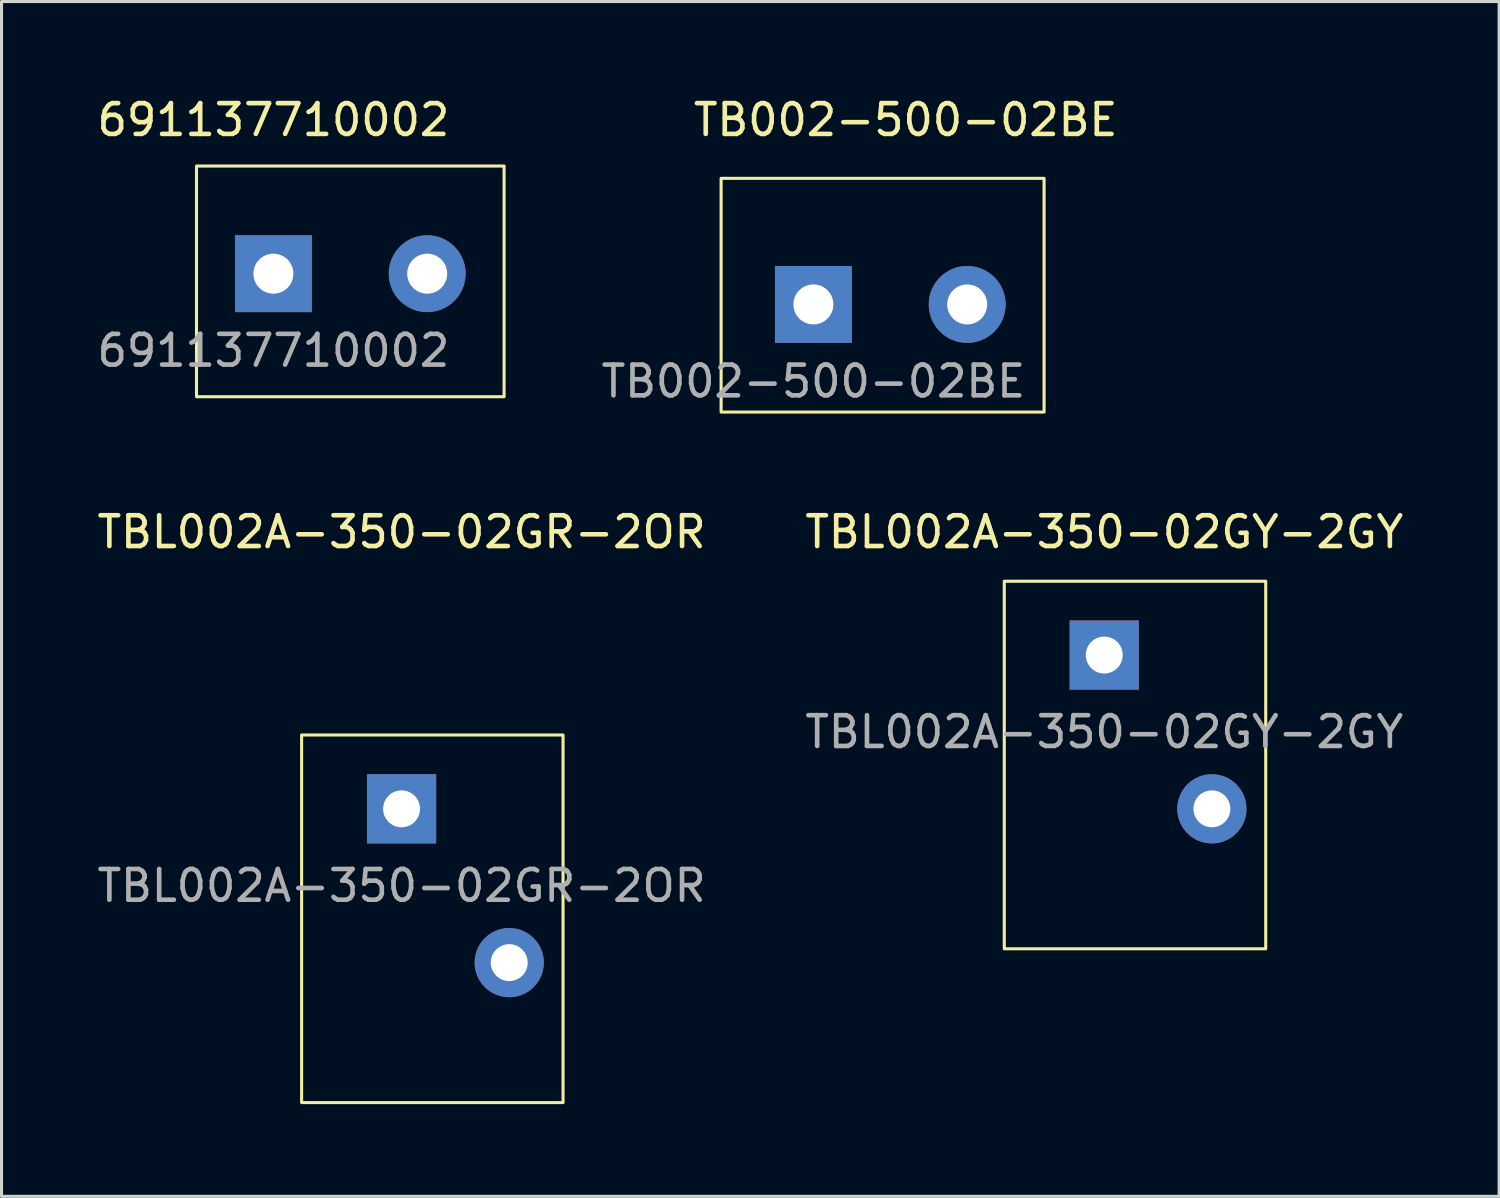
<source format=kicad_pcb>
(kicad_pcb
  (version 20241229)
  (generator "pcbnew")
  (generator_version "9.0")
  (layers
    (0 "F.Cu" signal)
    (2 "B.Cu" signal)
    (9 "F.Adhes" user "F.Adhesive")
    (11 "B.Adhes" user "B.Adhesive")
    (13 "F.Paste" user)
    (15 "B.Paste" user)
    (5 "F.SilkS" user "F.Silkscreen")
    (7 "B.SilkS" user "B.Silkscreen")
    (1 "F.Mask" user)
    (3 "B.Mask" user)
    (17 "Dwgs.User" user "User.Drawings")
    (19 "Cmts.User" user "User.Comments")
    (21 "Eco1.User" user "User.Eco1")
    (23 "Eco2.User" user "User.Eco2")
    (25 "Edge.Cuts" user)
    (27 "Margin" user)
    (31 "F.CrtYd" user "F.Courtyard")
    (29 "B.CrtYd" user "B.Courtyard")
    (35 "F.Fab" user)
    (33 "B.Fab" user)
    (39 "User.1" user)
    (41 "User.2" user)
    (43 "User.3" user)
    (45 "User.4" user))
  (footprint "TBL002A-350-02GR-2OR"
    (layer "F.Cu")
    (at 10.006 23.247)
    (property "Reference" "TBL002A-350-02GR-2OR" (at 0 -9 0) (unlocked yes) (layer "F.SilkS") (effects (font (size 1 1) (thickness 0.15))))
    (attr through_hole)
    (fp_rect (start -3.25 -2.4) (end 5.25 9.55) (stroke (width 0.1) (type default)) (fill no) (layer "F.SilkS"))
    (fp_text user "${REFERENCE}" (at 0 2.5 0) (unlocked yes) (layer "F.Fab") (effects (font (size 1 1) (thickness 0.15))))
    (pad "1" thru_hole rect (at 0 0) (size 2.25 2.25) (drill 1.2) (layers "*.Cu" "*.Mask"))
    (pad "2" thru_hole circle (at 3.5 5) (size 2.25 2.25) (drill 1.2) (layers "*.Cu" "*.Mask")))
  (footprint "691137710002"
    (layer "F.Cu")
    (at 5.839 5.848)
    (property "Reference" "691137710002" (at 0 -5 0) (unlocked yes) (layer "F.SilkS") (effects (font (size 1 1) (thickness 0.15))))
    (attr through_hole)
    (fp_rect (start -2.5 -3.5) (end 7.5 4) (stroke (width 0.1) (type default)) (fill no) (layer "F.SilkS"))
    (fp_text user "${REFERENCE}" (at 0 2.5 0) (unlocked yes) (layer "F.Fab") (effects (font (size 1 1) (thickness 0.15))))
    (pad "1" thru_hole rect (at 0 0) (size 2.5 2.5) (drill 1.3) (layers "*.Cu" "*.Mask"))
    (pad "2" thru_hole circle (at 5 0) (size 2.5 2.5) (drill 1.3) (layers "*.Cu" "*.Mask")))
  (footprint "TB002-500-02BE"
    (layer "F.Cu")
    (at 23.395 6.848)
    (property "Reference" "TB002-500-02BE" (at 3 -6 0) (unlocked yes) (layer "F.SilkS") (effects (font (size 1 1) (thickness 0.15))))
    (attr through_hole)
    (fp_rect (start -3 -4.1) (end 7.5 3.5) (stroke (width 0.1) (type default)) (fill no) (layer "F.SilkS"))
    (fp_text user "${REFERENCE}" (at 0 2.5 0) (unlocked yes) (layer "F.Fab") (effects (font (size 1 1) (thickness 0.15))))
    (pad "1" thru_hole rect (at 0 0) (size 2.5 2.5) (drill 1.3) (layers "*.Cu" "*.Mask"))
    (pad "2" thru_hole circle (at 5 0) (size 2.5 2.5) (drill 1.3) (layers "*.Cu" "*.Mask")))
  (footprint "TBL002A-350-02GY-2GY"
    (layer "F.Cu")
    (at 32.851 18.247)
    (property "Reference" "TBL002A-350-02GY-2GY" (at 0 -4 0) (unlocked yes) (layer "F.SilkS") (effects (font (size 1 1) (thickness 0.15))))
    (attr through_hole)
    (fp_rect (start -3.25 -2.4) (end 5.25 9.55) (stroke (width 0.1) (type default)) (fill no) (layer "F.SilkS"))
    (fp_text user "${REFERENCE}" (at 0 2.5 0) (unlocked yes) (layer "F.Fab") (effects (font (size 1 1) (thickness 0.15))))
    (pad "1" thru_hole rect (at 0 0) (size 2.25 2.25) (drill 1.2) (layers "*.Cu" "*.Mask"))
    (pad "2" thru_hole circle (at 3.5 5) (size 2.25 2.25) (drill 1.2) (layers "*.Cu" "*.Mask")))
  (gr_rect
    (start -3 -3)
    (end 45.69 35.846)
    (stroke (width 0.1) (type default))
    (fill no)
    (layer "Edge.Cuts")))
</source>
